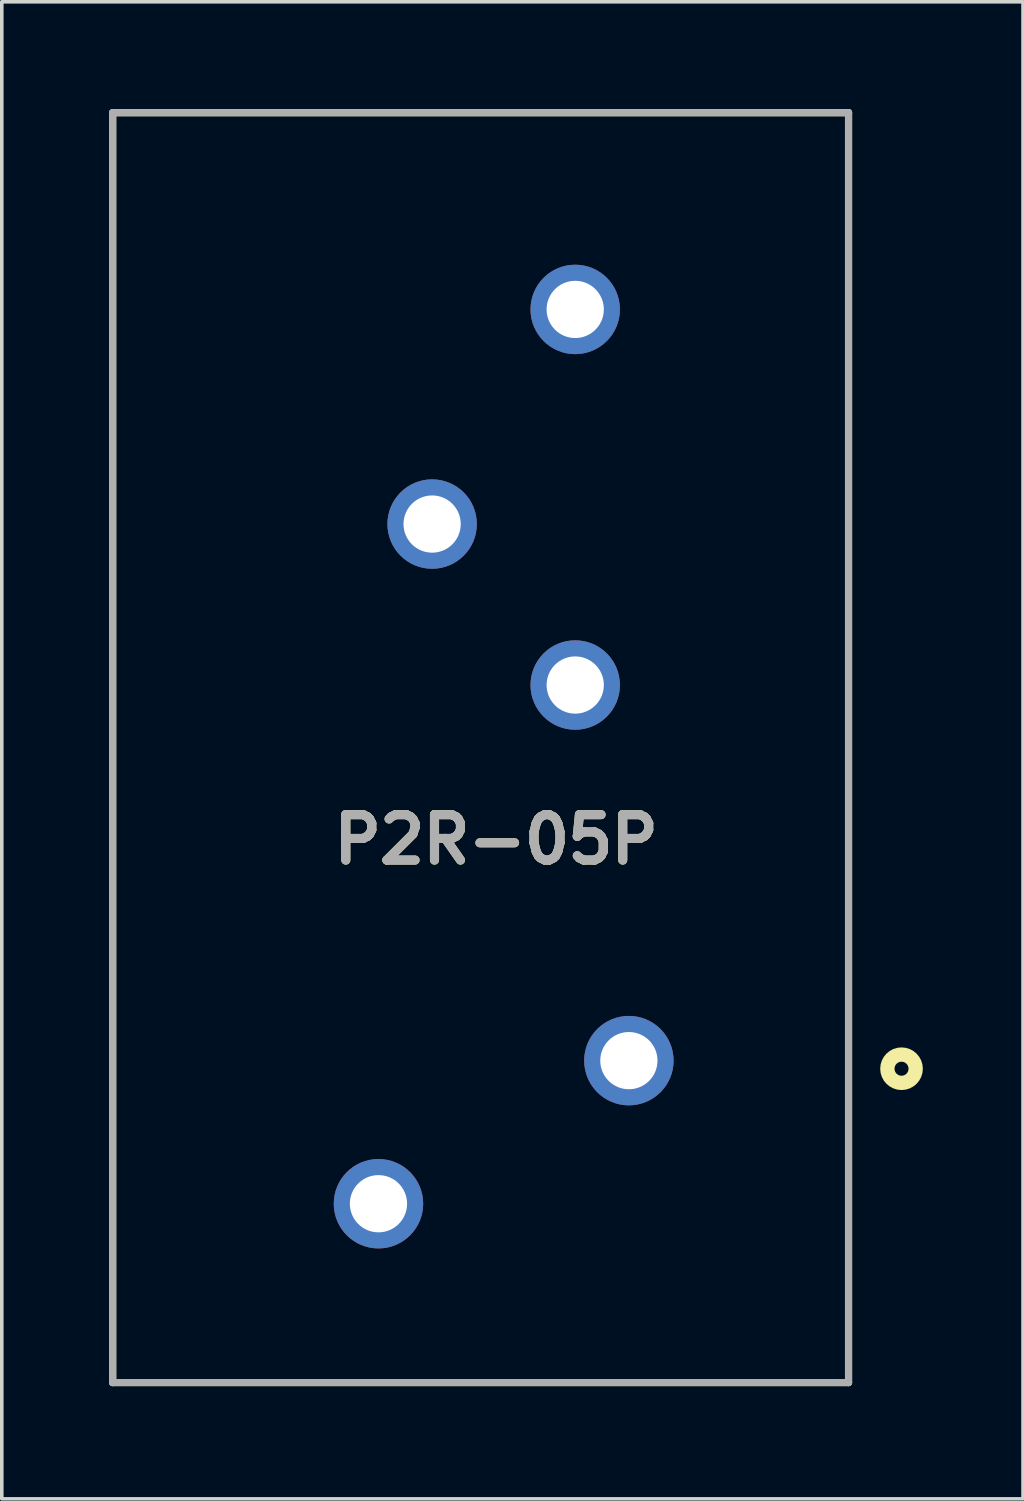
<source format=kicad_pcb>
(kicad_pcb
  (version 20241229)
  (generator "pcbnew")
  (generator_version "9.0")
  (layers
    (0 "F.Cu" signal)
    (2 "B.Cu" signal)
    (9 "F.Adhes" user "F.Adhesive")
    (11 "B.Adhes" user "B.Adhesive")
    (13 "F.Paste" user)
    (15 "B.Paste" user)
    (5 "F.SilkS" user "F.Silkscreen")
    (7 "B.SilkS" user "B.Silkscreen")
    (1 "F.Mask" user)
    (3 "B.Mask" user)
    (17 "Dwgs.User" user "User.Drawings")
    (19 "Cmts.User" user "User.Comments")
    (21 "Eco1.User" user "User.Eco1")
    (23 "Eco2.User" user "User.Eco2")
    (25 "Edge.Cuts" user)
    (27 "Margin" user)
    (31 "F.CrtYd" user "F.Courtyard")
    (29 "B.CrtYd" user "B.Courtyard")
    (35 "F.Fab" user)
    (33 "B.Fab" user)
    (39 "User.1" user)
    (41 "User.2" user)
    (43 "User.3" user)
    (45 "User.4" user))
  (footprint "P2R-05P"
    (layer "F.Cu")
    (at 11.03 35.6)
    (property "Reference" "P2R-05P" (at -0.21 -15.181 0) (layer "F.SilkS") (effects (font (size 1.27 1.27) (thickness 0.254))))
    (attr through_hole)
    (fp_line (start -10.93 -35.5) (end 9.641 -35.5) (stroke (width 0.2) (type solid)) (layer "F.SilkS"))
    (fp_line (start -10.93 0) (end -10.93 -35.5) (stroke (width 0.2) (type solid)) (layer "F.SilkS"))
    (fp_line (start 9.641 -35.5) (end 9.641 0) (stroke (width 0.2) (type solid)) (layer "F.SilkS"))
    (fp_line (start 9.641 0) (end -10.93 0) (stroke (width 0.2) (type solid)) (layer "F.SilkS"))
    (fp_circle (center 11.122 -8.774) (end 11.122 -8.578) (stroke (width 0.4) (type solid)) (fill no) (layer "F.SilkS"))
    (fp_line (start -10.93 -35.5) (end 9.641 -35.5) (stroke (width 0.2) (type solid)) (layer "F.Fab"))
    (fp_line (start -10.93 0) (end -10.93 -35.5) (stroke (width 0.2) (type solid)) (layer "F.Fab"))
    (fp_line (start 9.641 -35.5) (end 9.641 0) (stroke (width 0.2) (type solid)) (layer "F.Fab"))
    (fp_line (start 9.641 0) (end -10.93 0) (stroke (width 0.2) (type solid)) (layer "F.Fab"))
    (fp_text user "${REFERENCE}" (at -0.21 -15.181 0) (layer "F.Fab") (effects (font (size 1.27 1.27) (thickness 0.254))))
    (pad "1" thru_hole circle (at 3.5 -9) (size 2.5 2.5) (drill 1.6) (layers "*.Cu" "*.Mask"))
    (pad "2" thru_hole circle (at 2 -19.5) (size 2.5 2.5) (drill 1.6) (layers "*.Cu" "*.Mask"))
    (pad "3" thru_hole circle (at 2 -30) (size 2.5 2.5) (drill 1.6) (layers "*.Cu" "*.Mask"))
    (pad "4" thru_hole circle (at -2 -24) (size 2.5 2.5) (drill 1.6) (layers "*.Cu" "*.Mask"))
    (pad "5" thru_hole circle (at -3.5 -5) (size 2.5 2.5) (drill 1.6) (layers "*.Cu" "*.Mask")))
  (gr_rect
    (start -3 -3)
    (end 25.548 38.85)
    (stroke (width 0.1) (type default))
    (fill no)
    (layer "Edge.Cuts")))
</source>
